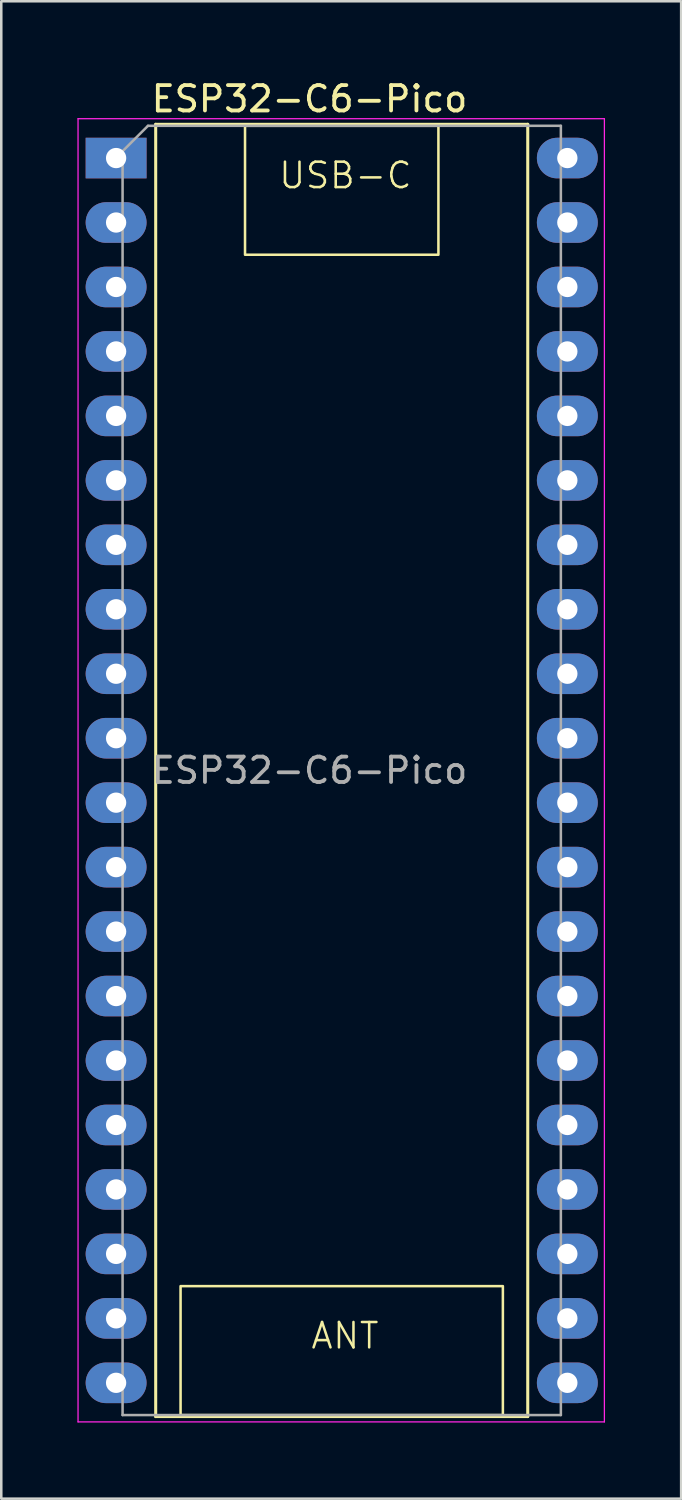
<source format=kicad_pcb>
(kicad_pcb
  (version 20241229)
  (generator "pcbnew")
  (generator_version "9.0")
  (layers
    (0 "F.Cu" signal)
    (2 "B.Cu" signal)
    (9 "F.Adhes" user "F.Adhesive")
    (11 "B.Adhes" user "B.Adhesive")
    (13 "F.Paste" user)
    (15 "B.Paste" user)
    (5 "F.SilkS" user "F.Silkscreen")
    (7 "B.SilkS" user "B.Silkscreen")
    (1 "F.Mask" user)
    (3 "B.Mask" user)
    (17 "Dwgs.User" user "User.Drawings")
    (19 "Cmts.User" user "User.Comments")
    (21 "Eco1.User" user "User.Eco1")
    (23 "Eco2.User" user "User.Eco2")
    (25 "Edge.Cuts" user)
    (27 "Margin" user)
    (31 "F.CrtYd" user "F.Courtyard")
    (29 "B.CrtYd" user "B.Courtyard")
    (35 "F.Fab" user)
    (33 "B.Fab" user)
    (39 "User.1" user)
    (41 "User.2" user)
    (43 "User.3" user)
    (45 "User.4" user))
  (footprint "ESP32-C6-Pico"
    (layer "F.Cu")
    (at 1.525 3.178)
    (property "Reference" "ESP32-C6-Pico" (at 7.62 -2.33 0) (layer "F.SilkS") (effects (font (size 1 1) (thickness 0.15))))
    (attr through_hole)
    (fp_line (start 1.56 -1.33) (end 1.56 49.59) (stroke (width 0.12) (type solid)) (layer "F.SilkS"))
    (fp_line (start 1.56 49.59) (end 16.22 49.59) (stroke (width 0.12) (type solid)) (layer "F.SilkS"))
    (fp_line (start 16.22 -1.33) (end 1.56 -1.33) (stroke (width 0.12) (type solid)) (layer "F.SilkS"))
    (fp_line (start 16.22 49.59) (end 16.22 -1.33) (stroke (width 0.12) (type solid)) (layer "F.SilkS"))
    (fp_rect (start 2.54 44.45) (end 15.24 49.53) (stroke (width 0.1) (type default)) (fill no) (layer "F.SilkS"))
    (fp_rect (start 5.08 -1.27) (end 12.7 3.81) (stroke (width 0.1) (type default)) (fill no) (layer "F.SilkS"))
    (fp_line (start -1.5 -1.55) (end -1.5 49.8) (stroke (width 0.05) (type solid)) (layer "F.CrtYd"))
    (fp_line (start -1.5 49.8) (end 19.24 49.8) (stroke (width 0.05) (type solid)) (layer "F.CrtYd"))
    (fp_line (start 19.24 -1.55) (end -1.5 -1.55) (stroke (width 0.05) (type solid)) (layer "F.CrtYd"))
    (fp_line (start 19.24 49.8) (end 19.24 -1.55) (stroke (width 0.05) (type solid)) (layer "F.CrtYd"))
    (fp_line (start 0.255 -0.27) (end 1.255 -1.27) (stroke (width 0.1) (type solid)) (layer "F.Fab"))
    (fp_line (start 0.255 49.53) (end 0.255 -0.27) (stroke (width 0.1) (type solid)) (layer "F.Fab"))
    (fp_line (start 1.255 -1.27) (end 17.525 -1.27) (stroke (width 0.1) (type solid)) (layer "F.Fab"))
    (fp_line (start 17.525 -1.27) (end 17.525 49.53) (stroke (width 0.1) (type solid)) (layer "F.Fab"))
    (fp_line (start 17.525 49.53) (end 0.255 49.53) (stroke (width 0.1) (type solid)) (layer "F.Fab"))
    (fp_text user "ANT" (at 7.62 46.99 0) (unlocked yes) (layer "F.SilkS") (effects (font (size 1 1) (thickness 0.1)) (justify left bottom)))
    (fp_text user "USB-C" (at 6.35 1.27 0) (unlocked yes) (layer "F.SilkS") (effects (font (size 1 1) (thickness 0.1)) (justify left bottom)))
    (fp_text user "${REFERENCE}" (at 7.62 24.13 0) (layer "F.Fab") (effects (font (size 1 1) (thickness 0.15))))
    (pad "1" thru_hole rect (at 0 0) (size 2.4 1.6) (drill 0.8) (layers "*.Cu" "*.Mask"))
    (pad "2" thru_hole oval (at 0 2.54) (size 2.4 1.6) (drill 0.8) (layers "*.Cu" "*.Mask"))
    (pad "3" thru_hole oval (at 0 5.08) (size 2.4 1.6) (drill 0.8) (layers "*.Cu" "*.Mask"))
    (pad "4" thru_hole oval (at 0 7.62) (size 2.4 1.6) (drill 0.8) (layers "*.Cu" "*.Mask"))
    (pad "5" thru_hole oval (at 0 10.16) (size 2.4 1.6) (drill 0.8) (layers "*.Cu" "*.Mask"))
    (pad "6" thru_hole oval (at 0 12.7) (size 2.4 1.6) (drill 0.8) (layers "*.Cu" "*.Mask"))
    (pad "7" thru_hole oval (at 0 15.24) (size 2.4 1.6) (drill 0.8) (layers "*.Cu" "*.Mask"))
    (pad "8" thru_hole oval (at 0 17.78) (size 2.4 1.6) (drill 0.8) (layers "*.Cu" "*.Mask"))
    (pad "9" thru_hole oval (at 0 20.32) (size 2.4 1.6) (drill 0.8) (layers "*.Cu" "*.Mask"))
    (pad "10" thru_hole oval (at 0 22.86) (size 2.4 1.6) (drill 0.8) (layers "*.Cu" "*.Mask"))
    (pad "11" thru_hole oval (at 0 25.4) (size 2.4 1.6) (drill 0.8) (layers "*.Cu" "*.Mask"))
    (pad "12" thru_hole oval (at 0 27.94) (size 2.4 1.6) (drill 0.8) (layers "*.Cu" "*.Mask"))
    (pad "13" thru_hole oval (at 0 30.48) (size 2.4 1.6) (drill 0.8) (layers "*.Cu" "*.Mask"))
    (pad "14" thru_hole oval (at 0 33.02) (size 2.4 1.6) (drill 0.8) (layers "*.Cu" "*.Mask"))
    (pad "15" thru_hole oval (at 0 35.56) (size 2.4 1.6) (drill 0.8) (layers "*.Cu" "*.Mask"))
    (pad "16" thru_hole oval (at 0 38.1) (size 2.4 1.6) (drill 0.8) (layers "*.Cu" "*.Mask"))
    (pad "17" thru_hole oval (at 0 40.64) (size 2.4 1.6) (drill 0.8) (layers "*.Cu" "*.Mask"))
    (pad "18" thru_hole oval (at 0 43.18) (size 2.4 1.6) (drill 0.8) (layers "*.Cu" "*.Mask"))
    (pad "19" thru_hole oval (at 0 45.72) (size 2.4 1.6) (drill 0.8) (layers "*.Cu" "*.Mask"))
    (pad "20" thru_hole oval (at 0 48.26) (size 2.4 1.6) (drill 0.8) (layers "*.Cu" "*.Mask"))
    (pad "21" thru_hole oval (at 17.78 48.26) (size 2.4 1.6) (drill 0.8) (layers "*.Cu" "*.Mask"))
    (pad "22" thru_hole oval (at 17.78 45.72) (size 2.4 1.6) (drill 0.8) (layers "*.Cu" "*.Mask"))
    (pad "23" thru_hole oval (at 17.78 43.18) (size 2.4 1.6) (drill 0.8) (layers "*.Cu" "*.Mask"))
    (pad "24" thru_hole oval (at 17.78 40.64) (size 2.4 1.6) (drill 0.8) (layers "*.Cu" "*.Mask"))
    (pad "25" thru_hole oval (at 17.78 38.1) (size 2.4 1.6) (drill 0.8) (layers "*.Cu" "*.Mask"))
    (pad "26" thru_hole oval (at 17.78 35.56) (size 2.4 1.6) (drill 0.8) (layers "*.Cu" "*.Mask"))
    (pad "27" thru_hole oval (at 17.78 33.02) (size 2.4 1.6) (drill 0.8) (layers "*.Cu" "*.Mask"))
    (pad "28" thru_hole oval (at 17.78 30.48) (size 2.4 1.6) (drill 0.8) (layers "*.Cu" "*.Mask"))
    (pad "29" thru_hole oval (at 17.78 27.94) (size 2.4 1.6) (drill 0.8) (layers "*.Cu" "*.Mask"))
    (pad "30" thru_hole oval (at 17.78 25.4) (size 2.4 1.6) (drill 0.8) (layers "*.Cu" "*.Mask"))
    (pad "31" thru_hole oval (at 17.78 22.86) (size 2.4 1.6) (drill 0.8) (layers "*.Cu" "*.Mask"))
    (pad "32" thru_hole oval (at 17.78 20.32) (size 2.4 1.6) (drill 0.8) (layers "*.Cu" "*.Mask"))
    (pad "33" thru_hole oval (at 17.78 17.78) (size 2.4 1.6) (drill 0.8) (layers "*.Cu" "*.Mask"))
    (pad "34" thru_hole oval (at 17.78 15.24) (size 2.4 1.6) (drill 0.8) (layers "*.Cu" "*.Mask"))
    (pad "35" thru_hole oval (at 17.78 12.7) (size 2.4 1.6) (drill 0.8) (layers "*.Cu" "*.Mask"))
    (pad "36" thru_hole oval (at 17.78 10.16) (size 2.4 1.6) (drill 0.8) (layers "*.Cu" "*.Mask"))
    (pad "37" thru_hole oval (at 17.78 7.62) (size 2.4 1.6) (drill 0.8) (layers "*.Cu" "*.Mask"))
    (pad "38" thru_hole oval (at 17.78 5.08) (size 2.4 1.6) (drill 0.8) (layers "*.Cu" "*.Mask"))
    (pad "39" thru_hole oval (at 17.78 2.54) (size 2.4 1.6) (drill 0.8) (layers "*.Cu" "*.Mask"))
    (pad "40" thru_hole oval (at 17.78 0) (size 2.4 1.6) (drill 0.8) (layers "*.Cu" "*.Mask")))
  (gr_rect
    (start -3 -3)
    (end 23.79 56.003)
    (stroke (width 0.1) (type default))
    (fill no)
    (layer "Edge.Cuts")))
</source>
